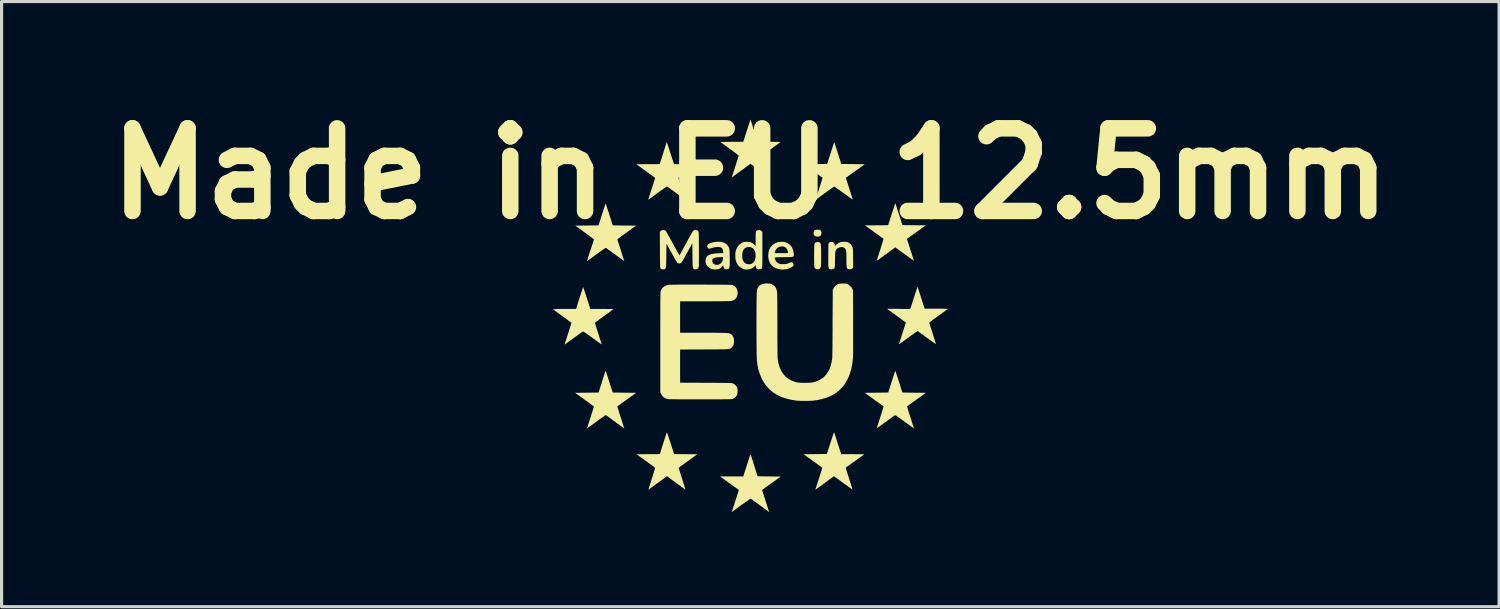
<source format=kicad_pcb>
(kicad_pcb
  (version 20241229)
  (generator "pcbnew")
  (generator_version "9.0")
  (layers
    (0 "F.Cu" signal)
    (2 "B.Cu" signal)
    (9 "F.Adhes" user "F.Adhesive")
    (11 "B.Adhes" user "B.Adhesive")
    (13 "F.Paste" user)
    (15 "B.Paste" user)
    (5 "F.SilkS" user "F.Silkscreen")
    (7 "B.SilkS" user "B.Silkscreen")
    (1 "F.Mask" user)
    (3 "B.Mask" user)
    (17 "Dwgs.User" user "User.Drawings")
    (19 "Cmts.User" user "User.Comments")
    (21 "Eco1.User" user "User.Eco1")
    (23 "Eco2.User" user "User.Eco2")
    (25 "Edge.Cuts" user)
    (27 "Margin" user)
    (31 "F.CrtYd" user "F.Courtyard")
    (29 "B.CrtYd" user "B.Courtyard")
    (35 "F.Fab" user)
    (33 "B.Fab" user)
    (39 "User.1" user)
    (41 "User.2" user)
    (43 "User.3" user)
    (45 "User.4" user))
  (footprint "Made in EU 12.5mm"
    (layer "F.Cu")
    (at 20.71 6.947)
    (property "Reference" "Made in EU 12.5mm" (at 0 -4.5 180) (layer "F.SilkS") (effects (font (size 2.617 2.617) (thickness 0.522))))
    (attr board_only exclude_from_pos_files exclude_from_bom)
    (fp_poly (pts (xy 2.17 -2.723) (xy 2.21 -2.71) (xy 2.237 -2.686) (xy 2.25 -2.649) (xy 2.253 -2.617) (xy 2.245 -2.571) (xy 2.222 -2.535) (xy 2.195 -2.514) (xy 2.163 -2.506) (xy 2.123 -2.504) (xy 2.083 -2.509) (xy 2.058 -2.517) (xy 2.03 -2.538) (xy 2.011 -2.571) (xy 2.003 -2.61) (xy 2.006 -2.649) (xy 2.021 -2.685) (xy 2.034 -2.699) (xy 2.053 -2.712) (xy 2.079 -2.72) (xy 2.115 -2.724)) (stroke (width 0) (type solid)) (fill yes) (layer "F.SilkS"))
    (fp_poly (pts (xy 2.176 -2.329) (xy 2.207 -2.308) (xy 2.228 -2.273) (xy 2.233 -2.251) (xy 2.235 -2.231) (xy 2.237 -2.195) (xy 2.239 -2.147) (xy 2.24 -2.088) (xy 2.241 -2.022) (xy 2.241 -1.951) (xy 2.242 -1.879) (xy 2.242 -1.807) (xy 2.241 -1.74) (xy 2.241 -1.68) (xy 2.24 -1.629) (xy 2.238 -1.591) (xy 2.236 -1.569) (xy 2.222 -1.522) (xy 2.205 -1.497) (xy 2.185 -1.48) (xy 2.164 -1.472) (xy 2.134 -1.47) (xy 2.133 -1.47) (xy 2.092 -1.474) (xy 2.063 -1.488) (xy 2.062 -1.489) (xy 2.043 -1.511) (xy 2.029 -1.54) (xy 2.029 -1.543) (xy 2.026 -1.561) (xy 2.024 -1.596) (xy 2.022 -1.644) (xy 2.021 -1.703) (xy 2.02 -1.769) (xy 2.019 -1.84) (xy 2.019 -1.914) (xy 2.019 -1.987) (xy 2.02 -2.057) (xy 2.021 -2.121) (xy 2.023 -2.177) (xy 2.024 -2.221) (xy 2.027 -2.251) (xy 2.029 -2.263) (xy 2.047 -2.301) (xy 2.078 -2.325) (xy 2.121 -2.335) (xy 2.131 -2.335)) (stroke (width 0) (type solid)) (fill yes) (layer "F.SilkS"))
    (fp_poly (pts (xy 4.594 -3.555) (xy 4.595 -3.554) (xy 4.599 -3.542) (xy 4.608 -3.515) (xy 4.621 -3.474) (xy 4.638 -3.421) (xy 4.658 -3.359) (xy 4.681 -3.289) (xy 4.705 -3.214) (xy 4.708 -3.205) (xy 4.816 -2.87) (xy 5.185 -2.866) (xy 5.555 -2.861) (xy 5.257 -2.647) (xy 5.192 -2.6) (xy 5.131 -2.556) (xy 5.077 -2.517) (xy 5.031 -2.484) (xy 4.996 -2.457) (xy 4.971 -2.439) (xy 4.96 -2.429) (xy 4.959 -2.429) (xy 4.962 -2.419) (xy 4.97 -2.394) (xy 4.982 -2.354) (xy 4.999 -2.303) (xy 5.018 -2.242) (xy 5.04 -2.173) (xy 5.065 -2.099) (xy 5.069 -2.084) (xy 5.094 -2.008) (xy 5.116 -1.938) (xy 5.136 -1.876) (xy 5.153 -1.823) (xy 5.165 -1.782) (xy 5.174 -1.754) (xy 5.177 -1.742) (xy 5.177 -1.741) (xy 5.169 -1.746) (xy 5.148 -1.76) (xy 5.115 -1.784) (xy 5.072 -1.814) (xy 5.021 -1.851) (xy 4.962 -1.894) (xy 4.899 -1.94) (xy 4.882 -1.952) (xy 4.59 -2.165) (xy 4.312 -1.961) (xy 4.235 -1.905) (xy 4.171 -1.859) (xy 4.121 -1.822) (xy 4.081 -1.793) (xy 4.051 -1.772) (xy 4.029 -1.758) (xy 4.015 -1.749) (xy 4.007 -1.745) (xy 4.003 -1.745) (xy 4.003 -1.749) (xy 4.004 -1.754) (xy 4.005 -1.755) (xy 4.034 -1.846) (xy 4.064 -1.937) (xy 4.092 -2.025) (xy 4.119 -2.109) (xy 4.143 -2.187) (xy 4.165 -2.258) (xy 4.184 -2.319) (xy 4.199 -2.37) (xy 4.209 -2.407) (xy 4.215 -2.43) (xy 4.216 -2.437) (xy 4.207 -2.444) (xy 4.184 -2.46) (xy 4.15 -2.484) (xy 4.106 -2.516) (xy 4.053 -2.554) (xy 3.994 -2.596) (xy 3.93 -2.642) (xy 3.917 -2.652) (xy 3.625 -2.861) (xy 3.994 -2.863) (xy 4.363 -2.866) (xy 4.443 -3.115) (xy 4.475 -3.216) (xy 4.503 -3.302) (xy 4.526 -3.372) (xy 4.544 -3.428) (xy 4.559 -3.473) (xy 4.571 -3.506) (xy 4.579 -3.53) (xy 4.585 -3.545) (xy 4.59 -3.554) (xy 4.592 -3.556)) (stroke (width 0) (type solid)) (fill yes) (layer "F.SilkS"))
    (fp_poly (pts (xy 0.012 4.404) (xy 0.021 4.431) (xy 0.034 4.472) (xy 0.051 4.525) (xy 0.071 4.587) (xy 0.093 4.657) (xy 0.117 4.732) (xy 0.121 4.745) (xy 0.23 5.085) (xy 0.596 5.089) (xy 0.962 5.094) (xy 0.688 5.29) (xy 0.624 5.336) (xy 0.564 5.379) (xy 0.511 5.418) (xy 0.465 5.451) (xy 0.429 5.478) (xy 0.404 5.496) (xy 0.393 5.504) (xy 0.372 5.522) (xy 0.479 5.857) (xy 0.504 5.932) (xy 0.526 6.003) (xy 0.547 6.066) (xy 0.564 6.12) (xy 0.578 6.162) (xy 0.587 6.191) (xy 0.591 6.204) (xy 0.591 6.205) (xy 0.592 6.213) (xy 0.584 6.208) (xy 0.571 6.199) (xy 0.546 6.18) (xy 0.51 6.154) (xy 0.466 6.122) (xy 0.415 6.085) (xy 0.36 6.045) (xy 0.303 6.004) (xy 0.246 5.962) (xy 0.191 5.922) (xy 0.14 5.885) (xy 0.095 5.852) (xy 0.057 5.825) (xy 0.03 5.806) (xy 0.015 5.795) (xy 0.013 5.793) (xy 0.004 5.798) (xy -0.019 5.811) (xy -0.052 5.833) (xy -0.094 5.862) (xy -0.144 5.896) (xy -0.199 5.935) (xy -0.257 5.976) (xy -0.317 6.018) (xy -0.376 6.061) (xy -0.432 6.102) (xy -0.485 6.14) (xy -0.53 6.174) (xy -0.568 6.203) (xy -0.576 6.209) (xy -0.586 6.215) (xy -0.585 6.206) (xy -0.585 6.206) (xy -0.58 6.193) (xy -0.572 6.166) (xy -0.559 6.126) (xy -0.542 6.075) (xy -0.523 6.017) (xy -0.503 5.954) (xy -0.482 5.887) (xy -0.46 5.821) (xy -0.44 5.756) (xy -0.421 5.697) (xy -0.404 5.644) (xy -0.39 5.602) (xy -0.38 5.571) (xy -0.376 5.557) (xy -0.364 5.518) (xy -0.662 5.304) (xy -0.961 5.089) (xy -0.593 5.089) (xy -0.224 5.089) (xy -0.158 4.882) (xy -0.135 4.812) (xy -0.111 4.736) (xy -0.087 4.661) (xy -0.065 4.592) (xy -0.046 4.534) (xy -0.044 4.527) (xy -0.028 4.479) (xy -0.014 4.439) (xy -0.003 4.41) (xy 0.005 4.394) (xy 0.008 4.392)) (stroke (width 0) (type solid)) (fill yes) (layer "F.SilkS"))
    (fp_poly (pts (xy -2.569 -5.266) (xy -2.546 -5.195) (xy -2.523 -5.123) (xy -2.5 -5.054) (xy -2.48 -4.992) (xy -2.464 -4.941) (xy -2.455 -4.915) (xy -2.418 -4.801) (xy -2.048 -4.799) (xy -1.679 -4.796) (xy -1.944 -4.606) (xy -2.008 -4.56) (xy -2.068 -4.517) (xy -2.122 -4.478) (xy -2.169 -4.444) (xy -2.207 -4.417) (xy -2.233 -4.398) (xy -2.243 -4.39) (xy -2.277 -4.364) (xy -2.167 -4.022) (xy -2.143 -3.946) (xy -2.12 -3.876) (xy -2.101 -3.813) (xy -2.084 -3.76) (xy -2.072 -3.719) (xy -2.063 -3.691) (xy -2.06 -3.678) (xy -2.06 -3.677) (xy -2.068 -3.682) (xy -2.089 -3.696) (xy -2.122 -3.719) (xy -2.165 -3.75) (xy -2.216 -3.787) (xy -2.274 -3.829) (xy -2.337 -3.875) (xy -2.345 -3.88) (xy -2.409 -3.927) (xy -2.468 -3.97) (xy -2.522 -4.008) (xy -2.567 -4.041) (xy -2.603 -4.066) (xy -2.627 -4.083) (xy -2.638 -4.09) (xy -2.638 -4.091) (xy -2.648 -4.086) (xy -2.671 -4.072) (xy -2.706 -4.049) (xy -2.751 -4.019) (xy -2.803 -3.982) (xy -2.862 -3.94) (xy -2.926 -3.894) (xy -2.938 -3.885) (xy -3.002 -3.838) (xy -3.062 -3.795) (xy -3.115 -3.757) (xy -3.16 -3.724) (xy -3.195 -3.699) (xy -3.219 -3.682) (xy -3.23 -3.675) (xy -3.23 -3.675) (xy -3.229 -3.684) (xy -3.222 -3.708) (xy -3.21 -3.746) (xy -3.195 -3.796) (xy -3.176 -3.856) (xy -3.154 -3.925) (xy -3.13 -4) (xy -3.125 -4.017) (xy -3.1 -4.093) (xy -3.078 -4.163) (xy -3.057 -4.226) (xy -3.041 -4.279) (xy -3.027 -4.321) (xy -3.018 -4.35) (xy -3.015 -4.363) (xy -3.014 -4.363) (xy -3.022 -4.37) (xy -3.043 -4.386) (xy -3.075 -4.41) (xy -3.118 -4.442) (xy -3.17 -4.479) (xy -3.229 -4.522) (xy -3.293 -4.568) (xy -3.313 -4.582) (xy -3.611 -4.796) (xy -3.241 -4.799) (xy -2.87 -4.801) (xy -2.782 -5.078) (xy -2.759 -5.15) (xy -2.737 -5.221) (xy -2.716 -5.286) (xy -2.698 -5.343) (xy -2.683 -5.39) (xy -2.672 -5.422) (xy -2.67 -5.429) (xy -2.645 -5.503)) (stroke (width 0) (type solid)) (fill yes) (layer "F.SilkS"))
    (fp_poly (pts (xy -2.639 3.699) (xy -2.63 3.722) (xy -2.617 3.759) (xy -2.6 3.808) (xy -2.58 3.868) (xy -2.558 3.936) (xy -2.534 4.01) (xy -2.526 4.033) (xy -2.415 4.382) (xy -2.046 4.384) (xy -1.678 4.387) (xy -1.974 4.599) (xy -2.039 4.647) (xy -2.1 4.69) (xy -2.153 4.73) (xy -2.199 4.763) (xy -2.234 4.79) (xy -2.259 4.809) (xy -2.27 4.818) (xy -2.27 4.819) (xy -2.267 4.829) (xy -2.26 4.855) (xy -2.247 4.894) (xy -2.231 4.945) (xy -2.212 5.006) (xy -2.19 5.075) (xy -2.166 5.15) (xy -2.163 5.159) (xy -2.139 5.234) (xy -2.117 5.304) (xy -2.097 5.366) (xy -2.081 5.419) (xy -2.069 5.46) (xy -2.061 5.487) (xy -2.058 5.499) (xy -2.058 5.5) (xy -2.066 5.497) (xy -2.086 5.486) (xy -2.114 5.467) (xy -2.14 5.448) (xy -2.169 5.427) (xy -2.21 5.396) (xy -2.261 5.36) (xy -2.317 5.318) (xy -2.376 5.275) (xy -2.43 5.236) (xy -2.64 5.082) (xy -2.895 5.268) (xy -2.957 5.313) (xy -3.016 5.356) (xy -3.071 5.396) (xy -3.117 5.43) (xy -3.155 5.457) (xy -3.18 5.475) (xy -3.19 5.482) (xy -3.213 5.498) (xy -3.224 5.503) (xy -3.227 5.5) (xy -3.224 5.488) (xy -3.219 5.474) (xy -3.21 5.445) (xy -3.197 5.402) (xy -3.179 5.348) (xy -3.159 5.285) (xy -3.137 5.215) (xy -3.115 5.147) (xy -3.091 5.073) (xy -3.07 5.005) (xy -3.052 4.944) (xy -3.036 4.893) (xy -3.025 4.853) (xy -3.019 4.827) (xy -3.017 4.817) (xy -3.025 4.809) (xy -3.047 4.792) (xy -3.081 4.766) (xy -3.125 4.733) (xy -3.177 4.695) (xy -3.236 4.652) (xy -3.3 4.605) (xy -3.313 4.596) (xy -3.604 4.387) (xy -3.235 4.384) (xy -2.866 4.382) (xy -2.848 4.324) (xy -2.83 4.265) (xy -2.81 4.2) (xy -2.788 4.131) (xy -2.765 4.06) (xy -2.742 3.989) (xy -2.72 3.921) (xy -2.699 3.857) (xy -2.681 3.801) (xy -2.665 3.754) (xy -2.653 3.719) (xy -2.646 3.697) (xy -2.643 3.692)) (stroke (width 0) (type solid)) (fill yes) (layer "F.SilkS"))
    (fp_poly (pts (xy 1.038 -2.34) (xy 1.115 -2.324) (xy 1.185 -2.294) (xy 1.247 -2.251) (xy 1.298 -2.195) (xy 1.325 -2.15) (xy 1.349 -2.091) (xy 1.367 -2.024) (xy 1.376 -1.959) (xy 1.377 -1.939) (xy 1.377 -1.917) (xy 1.375 -1.899) (xy 1.37 -1.885) (xy 1.361 -1.875) (xy 1.344 -1.867) (xy 1.318 -1.862) (xy 1.282 -1.858) (xy 1.233 -1.856) (xy 1.171 -1.855) (xy 1.092 -1.854) (xy 1.055 -1.853) (xy 0.973 -1.853) (xy 0.908 -1.852) (xy 0.859 -1.851) (xy 0.822 -1.849) (xy 0.797 -1.845) (xy 0.782 -1.84) (xy 0.775 -1.832) (xy 0.774 -1.821) (xy 0.778 -1.807) (xy 0.784 -1.789) (xy 0.787 -1.78) (xy 0.808 -1.732) (xy 0.836 -1.695) (xy 0.876 -1.666) (xy 0.887 -1.659) (xy 0.91 -1.648) (xy 0.93 -1.64) (xy 0.952 -1.636) (xy 0.982 -1.634) (xy 1.024 -1.633) (xy 1.037 -1.633) (xy 1.085 -1.634) (xy 1.12 -1.636) (xy 1.148 -1.641) (xy 1.175 -1.65) (xy 1.2 -1.66) (xy 1.248 -1.679) (xy 1.283 -1.689) (xy 1.309 -1.691) (xy 1.329 -1.683) (xy 1.344 -1.671) (xy 1.364 -1.642) (xy 1.368 -1.612) (xy 1.357 -1.582) (xy 1.332 -1.555) (xy 1.296 -1.529) (xy 1.251 -1.506) (xy 1.198 -1.488) (xy 1.139 -1.473) (xy 1.075 -1.465) (xy 1.01 -1.462) (xy 0.944 -1.467) (xy 0.897 -1.475) (xy 0.809 -1.502) (xy 0.734 -1.543) (xy 0.672 -1.596) (xy 0.624 -1.662) (xy 0.59 -1.739) (xy 0.571 -1.827) (xy 0.566 -1.903) (xy 0.572 -1.982) (xy 0.771 -1.982) (xy 0.981 -1.982) (xy 1.191 -1.982) (xy 1.191 -2.012) (xy 1.187 -2.038) (xy 1.177 -2.071) (xy 1.168 -2.09) (xy 1.136 -2.139) (xy 1.093 -2.173) (xy 1.04 -2.191) (xy 1.02 -2.194) (xy 0.954 -2.191) (xy 0.895 -2.172) (xy 0.845 -2.138) (xy 0.807 -2.09) (xy 0.781 -2.03) (xy 0.777 -2.012) (xy 0.771 -1.982) (xy 0.572 -1.982) (xy 0.574 -2) (xy 0.596 -2.085) (xy 0.633 -2.16) (xy 0.684 -2.223) (xy 0.75 -2.274) (xy 0.797 -2.3) (xy 0.877 -2.329) (xy 0.958 -2.342)) (stroke (width 0) (type solid)) (fill yes) (layer "F.SilkS"))
    (fp_poly (pts (xy 2.652 3.692) (xy 2.655 3.702) (xy 2.661 3.718) (xy 2.67 3.743) (xy 2.681 3.777) (xy 2.696 3.823) (xy 2.714 3.88) (xy 2.737 3.951) (xy 2.765 4.037) (xy 2.798 4.139) (xy 2.805 4.161) (xy 2.876 4.382) (xy 3.244 4.384) (xy 3.611 4.387) (xy 3.321 4.596) (xy 3.256 4.643) (xy 3.196 4.686) (xy 3.142 4.725) (xy 3.096 4.758) (xy 3.06 4.784) (xy 3.035 4.802) (xy 3.023 4.81) (xy 3.023 4.81) (xy 3.024 4.82) (xy 3.03 4.845) (xy 3.041 4.884) (xy 3.057 4.935) (xy 3.075 4.996) (xy 3.097 5.065) (xy 3.121 5.141) (xy 3.126 5.159) (xy 3.151 5.235) (xy 3.173 5.305) (xy 3.193 5.368) (xy 3.21 5.421) (xy 3.223 5.463) (xy 3.231 5.491) (xy 3.235 5.504) (xy 3.235 5.505) (xy 3.227 5.5) (xy 3.206 5.485) (xy 3.173 5.462) (xy 3.13 5.432) (xy 3.078 5.395) (xy 3.02 5.352) (xy 2.956 5.306) (xy 2.94 5.295) (xy 2.648 5.082) (xy 2.601 5.117) (xy 2.539 5.162) (xy 2.474 5.21) (xy 2.409 5.258) (xy 2.344 5.305) (xy 2.282 5.35) (xy 2.224 5.392) (xy 2.172 5.429) (xy 2.128 5.461) (xy 2.094 5.485) (xy 2.071 5.501) (xy 2.061 5.508) (xy 2.06 5.508) (xy 2.058 5.502) (xy 2.059 5.501) (xy 2.063 5.491) (xy 2.071 5.466) (xy 2.084 5.428) (xy 2.1 5.379) (xy 2.118 5.322) (xy 2.139 5.259) (xy 2.16 5.192) (xy 2.182 5.125) (xy 2.203 5.059) (xy 2.223 4.996) (xy 2.241 4.939) (xy 2.257 4.89) (xy 2.269 4.852) (xy 2.277 4.827) (xy 2.279 4.817) (xy 2.279 4.817) (xy 2.272 4.811) (xy 2.251 4.795) (xy 2.219 4.771) (xy 2.176 4.74) (xy 2.124 4.702) (xy 2.065 4.66) (xy 2.001 4.614) (xy 1.983 4.6) (xy 1.686 4.387) (xy 2.054 4.382) (xy 2.423 4.377) (xy 2.534 4.031) (xy 2.559 3.955) (xy 2.582 3.885) (xy 2.602 3.822) (xy 2.62 3.77) (xy 2.634 3.729) (xy 2.644 3.701) (xy 2.649 3.689) (xy 2.65 3.689)) (stroke (width 0) (type solid)) (fill yes) (layer "F.SilkS"))
    (fp_poly (pts (xy 0.01 -6.199) (xy 0.018 -6.173) (xy 0.031 -6.133) (xy 0.047 -6.081) (xy 0.067 -6.019) (xy 0.089 -5.95) (xy 0.114 -5.874) (xy 0.119 -5.857) (xy 0.229 -5.512) (xy 0.596 -5.508) (xy 0.963 -5.503) (xy 0.668 -5.291) (xy 0.602 -5.244) (xy 0.542 -5.2) (xy 0.489 -5.162) (xy 0.443 -5.128) (xy 0.408 -5.102) (xy 0.384 -5.084) (xy 0.373 -5.075) (xy 0.372 -5.075) (xy 0.375 -5.065) (xy 0.383 -5.041) (xy 0.394 -5.003) (xy 0.41 -4.955) (xy 0.428 -4.899) (xy 0.448 -4.836) (xy 0.469 -4.77) (xy 0.491 -4.703) (xy 0.512 -4.636) (xy 0.532 -4.574) (xy 0.551 -4.517) (xy 0.566 -4.468) (xy 0.579 -4.429) (xy 0.586 -4.407) (xy 0.589 -4.399) (xy 0.591 -4.393) (xy 0.592 -4.389) (xy 0.588 -4.389) (xy 0.581 -4.392) (xy 0.567 -4.401) (xy 0.545 -4.416) (xy 0.515 -4.437) (xy 0.474 -4.467) (xy 0.422 -4.505) (xy 0.357 -4.553) (xy 0.316 -4.582) (xy 0.254 -4.627) (xy 0.196 -4.67) (xy 0.144 -4.708) (xy 0.099 -4.741) (xy 0.063 -4.766) (xy 0.04 -4.783) (xy 0.031 -4.789) (xy 0.002 -4.81) (xy -0.248 -4.627) (xy -0.31 -4.582) (xy -0.369 -4.539) (xy -0.424 -4.499) (xy -0.471 -4.465) (xy -0.508 -4.437) (xy -0.534 -4.418) (xy -0.543 -4.412) (xy -0.568 -4.394) (xy -0.581 -4.387) (xy -0.584 -4.389) (xy -0.582 -4.4) (xy -0.581 -4.401) (xy -0.577 -4.415) (xy -0.568 -4.443) (xy -0.555 -4.484) (xy -0.539 -4.535) (xy -0.52 -4.594) (xy -0.499 -4.658) (xy -0.478 -4.725) (xy -0.456 -4.793) (xy -0.435 -4.858) (xy -0.416 -4.918) (xy -0.398 -4.972) (xy -0.384 -5.016) (xy -0.374 -5.048) (xy -0.368 -5.065) (xy -0.368 -5.067) (xy -0.374 -5.075) (xy -0.394 -5.092) (xy -0.426 -5.117) (xy -0.469 -5.15) (xy -0.52 -5.188) (xy -0.579 -5.231) (xy -0.642 -5.278) (xy -0.66 -5.29) (xy -0.956 -5.503) (xy -0.59 -5.506) (xy -0.224 -5.508) (xy -0.158 -5.715) (xy -0.135 -5.786) (xy -0.111 -5.861) (xy -0.087 -5.936) (xy -0.065 -6.005) (xy -0.046 -6.063) (xy -0.044 -6.07) (xy -0.028 -6.118) (xy -0.014 -6.159) (xy -0.003 -6.189) (xy 0.004 -6.207) (xy 0.006 -6.21)) (stroke (width 0) (type solid)) (fill yes) (layer "F.SilkS"))
    (fp_poly (pts (xy 4.592 1.752) (xy 4.601 1.775) (xy 4.614 1.813) (xy 4.631 1.862) (xy 4.651 1.922) (xy 4.673 1.991) (xy 4.697 2.065) (xy 4.704 2.087) (xy 4.815 2.433) (xy 5.187 2.438) (xy 5.558 2.442) (xy 5.266 2.652) (xy 5.201 2.698) (xy 5.141 2.742) (xy 5.086 2.781) (xy 5.04 2.814) (xy 5.004 2.84) (xy 4.979 2.858) (xy 4.966 2.866) (xy 4.966 2.867) (xy 4.966 2.877) (xy 4.972 2.903) (xy 4.984 2.944) (xy 4.999 2.998) (xy 5.019 3.063) (xy 5.043 3.138) (xy 5.069 3.22) (xy 5.094 3.297) (xy 5.116 3.367) (xy 5.136 3.431) (xy 5.153 3.484) (xy 5.167 3.526) (xy 5.175 3.555) (xy 5.179 3.568) (xy 5.179 3.569) (xy 5.172 3.564) (xy 5.151 3.549) (xy 5.118 3.525) (xy 5.075 3.494) (xy 5.024 3.457) (xy 4.965 3.415) (xy 4.902 3.368) (xy 4.885 3.356) (xy 4.811 3.302) (xy 4.75 3.258) (xy 4.701 3.223) (xy 4.663 3.196) (xy 4.634 3.176) (xy 4.612 3.163) (xy 4.597 3.155) (xy 4.586 3.152) (xy 4.579 3.152) (xy 4.574 3.154) (xy 4.562 3.162) (xy 4.537 3.18) (xy 4.5 3.206) (xy 4.455 3.24) (xy 4.401 3.278) (xy 4.342 3.322) (xy 4.281 3.366) (xy 4.219 3.411) (xy 4.161 3.453) (xy 4.11 3.49) (xy 4.068 3.52) (xy 4.035 3.543) (xy 4.013 3.557) (xy 4.005 3.562) (xy 4.007 3.552) (xy 4.014 3.527) (xy 4.026 3.488) (xy 4.042 3.438) (xy 4.061 3.377) (xy 4.083 3.308) (xy 4.107 3.234) (xy 4.112 3.219) (xy 4.136 3.143) (xy 4.159 3.073) (xy 4.178 3.01) (xy 4.195 2.957) (xy 4.207 2.916) (xy 4.216 2.887) (xy 4.219 2.874) (xy 4.219 2.874) (xy 4.21 2.867) (xy 4.189 2.851) (xy 4.159 2.828) (xy 4.122 2.801) (xy 4.106 2.789) (xy 4.065 2.76) (xy 4.013 2.723) (xy 3.955 2.681) (xy 3.893 2.636) (xy 3.832 2.592) (xy 3.81 2.576) (xy 3.624 2.442) (xy 3.995 2.438) (xy 4.366 2.433) (xy 4.475 2.09) (xy 4.5 2.014) (xy 4.522 1.944) (xy 4.543 1.881) (xy 4.56 1.828) (xy 4.574 1.786) (xy 4.584 1.758) (xy 4.588 1.745) (xy 4.589 1.744)) (stroke (width 0) (type solid)) (fill yes) (layer "F.SilkS"))
    (fp_poly (pts (xy -4.579 1.749) (xy -4.575 1.761) (xy -4.566 1.788) (xy -4.552 1.829) (xy -4.535 1.882) (xy -4.515 1.944) (xy -4.493 2.014) (xy -4.469 2.089) (xy -4.466 2.098) (xy -4.358 2.433) (xy -3.987 2.438) (xy -3.615 2.442) (xy -3.913 2.655) (xy -3.978 2.702) (xy -4.039 2.746) (xy -4.093 2.785) (xy -4.139 2.818) (xy -4.175 2.844) (xy -4.2 2.862) (xy -4.212 2.87) (xy -4.213 2.871) (xy -4.211 2.88) (xy -4.203 2.905) (xy -4.192 2.943) (xy -4.176 2.994) (xy -4.157 3.055) (xy -4.135 3.124) (xy -4.111 3.199) (xy -4.104 3.22) (xy -4.079 3.296) (xy -4.057 3.367) (xy -4.037 3.43) (xy -4.02 3.484) (xy -4.007 3.526) (xy -3.998 3.554) (xy -3.994 3.568) (xy -3.994 3.569) (xy -4.002 3.564) (xy -4.023 3.549) (xy -4.055 3.525) (xy -4.098 3.494) (xy -4.149 3.457) (xy -4.207 3.415) (xy -4.27 3.368) (xy -4.28 3.361) (xy -4.344 3.314) (xy -4.403 3.271) (xy -4.457 3.232) (xy -4.502 3.199) (xy -4.538 3.173) (xy -4.563 3.156) (xy -4.574 3.148) (xy -4.575 3.148) (xy -4.585 3.152) (xy -4.608 3.166) (xy -4.642 3.189) (xy -4.687 3.22) (xy -4.74 3.257) (xy -4.799 3.299) (xy -4.863 3.345) (xy -4.88 3.357) (xy -4.944 3.405) (xy -5.004 3.448) (xy -5.057 3.487) (xy -5.102 3.519) (xy -5.138 3.544) (xy -5.161 3.561) (xy -5.172 3.569) (xy -5.173 3.569) (xy -5.17 3.56) (xy -5.162 3.535) (xy -5.15 3.496) (xy -5.134 3.445) (xy -5.114 3.384) (xy -5.092 3.316) (xy -5.068 3.241) (xy -5.062 3.223) (xy -5.038 3.147) (xy -5.015 3.076) (xy -4.996 3.013) (xy -4.979 2.959) (xy -4.967 2.917) (xy -4.958 2.888) (xy -4.955 2.874) (xy -4.955 2.873) (xy -4.964 2.866) (xy -4.985 2.85) (xy -5.019 2.825) (xy -5.063 2.793) (xy -5.115 2.755) (xy -5.174 2.712) (xy -5.238 2.666) (xy -5.255 2.654) (xy -5.55 2.442) (xy -5.178 2.438) (xy -4.806 2.433) (xy -4.734 2.205) (xy -4.711 2.135) (xy -4.688 2.062) (xy -4.666 1.993) (xy -4.646 1.93) (xy -4.629 1.878) (xy -4.622 1.856) (xy -4.608 1.813) (xy -4.595 1.779) (xy -4.586 1.757) (xy -4.58 1.748)) (stroke (width 0) (type solid)) (fill yes) (layer "F.SilkS"))
    (fp_poly (pts (xy 2.664 -5.477) (xy 2.673 -5.45) (xy 2.686 -5.409) (xy 2.703 -5.356) (xy 2.723 -5.294) (xy 2.746 -5.224) (xy 2.77 -5.149) (xy 2.773 -5.14) (xy 2.88 -4.805) (xy 3.251 -4.801) (xy 3.622 -4.796) (xy 3.325 -4.583) (xy 3.26 -4.536) (xy 3.199 -4.492) (xy 3.145 -4.454) (xy 3.099 -4.421) (xy 3.063 -4.395) (xy 3.038 -4.377) (xy 3.026 -4.368) (xy 3.026 -4.368) (xy 3.028 -4.359) (xy 3.035 -4.334) (xy 3.047 -4.296) (xy 3.063 -4.245) (xy 3.082 -4.184) (xy 3.104 -4.116) (xy 3.128 -4.041) (xy 3.134 -4.023) (xy 3.158 -3.947) (xy 3.181 -3.876) (xy 3.201 -3.813) (xy 3.217 -3.76) (xy 3.23 -3.718) (xy 3.238 -3.69) (xy 3.242 -3.677) (xy 3.242 -3.676) (xy 3.234 -3.681) (xy 3.213 -3.695) (xy 3.18 -3.718) (xy 3.137 -3.749) (xy 3.086 -3.786) (xy 3.028 -3.828) (xy 2.964 -3.874) (xy 2.955 -3.881) (xy 2.891 -3.928) (xy 2.831 -3.971) (xy 2.777 -4.009) (xy 2.731 -4.041) (xy 2.695 -4.066) (xy 2.669 -4.082) (xy 2.657 -4.089) (xy 2.657 -4.089) (xy 2.646 -4.084) (xy 2.623 -4.069) (xy 2.588 -4.045) (xy 2.543 -4.014) (xy 2.49 -3.976) (xy 2.431 -3.934) (xy 2.367 -3.887) (xy 2.359 -3.882) (xy 2.296 -3.836) (xy 2.237 -3.793) (xy 2.184 -3.755) (xy 2.139 -3.723) (xy 2.105 -3.698) (xy 2.082 -3.682) (xy 2.071 -3.675) (xy 2.071 -3.675) (xy 2.07 -3.683) (xy 2.075 -3.701) (xy 2.088 -3.739) (xy 2.104 -3.788) (xy 2.122 -3.845) (xy 2.142 -3.909) (xy 2.164 -3.976) (xy 2.186 -4.044) (xy 2.207 -4.112) (xy 2.227 -4.176) (xy 2.246 -4.234) (xy 2.262 -4.285) (xy 2.274 -4.326) (xy 2.283 -4.354) (xy 2.287 -4.367) (xy 2.287 -4.368) (xy 2.279 -4.374) (xy 2.257 -4.389) (xy 2.224 -4.413) (xy 2.181 -4.444) (xy 2.129 -4.481) (xy 2.07 -4.524) (xy 2.006 -4.57) (xy 1.988 -4.583) (xy 1.691 -4.796) (xy 2.062 -4.801) (xy 2.432 -4.805) (xy 2.498 -5.01) (xy 2.52 -5.08) (xy 2.544 -5.155) (xy 2.568 -5.229) (xy 2.589 -5.296) (xy 2.607 -5.353) (xy 2.609 -5.359) (xy 2.625 -5.406) (xy 2.638 -5.445) (xy 2.65 -5.473) (xy 2.657 -5.488) (xy 2.66 -5.489)) (stroke (width 0) (type solid)) (fill yes) (layer "F.SilkS"))
    (fp_poly (pts (xy -4.577 -3.542) (xy -4.568 -3.516) (xy -4.555 -3.477) (xy -4.539 -3.426) (xy -4.519 -3.365) (xy -4.496 -3.296) (xy -4.472 -3.221) (xy -4.467 -3.204) (xy -4.357 -2.861) (xy -3.988 -2.856) (xy -3.62 -2.852) (xy -3.917 -2.638) (xy -3.993 -2.583) (xy -4.055 -2.539) (xy -4.105 -2.502) (xy -4.143 -2.473) (xy -4.171 -2.451) (xy -4.19 -2.435) (xy -4.202 -2.422) (xy -4.208 -2.413) (xy -4.209 -2.407) (xy -4.209 -2.406) (xy -4.204 -2.391) (xy -4.195 -2.362) (xy -4.182 -2.32) (xy -4.165 -2.268) (xy -4.146 -2.209) (xy -4.126 -2.145) (xy -4.104 -2.078) (xy -4.083 -2.012) (xy -4.062 -1.947) (xy -4.043 -1.887) (xy -4.026 -1.834) (xy -4.012 -1.791) (xy -4.002 -1.76) (xy -3.996 -1.744) (xy -3.996 -1.742) (xy -3.997 -1.734) (xy -4.003 -1.736) (xy -4.012 -1.743) (xy -4.034 -1.759) (xy -4.068 -1.782) (xy -4.11 -1.813) (xy -4.159 -1.848) (xy -4.212 -1.887) (xy -4.269 -1.928) (xy -4.326 -1.969) (xy -4.382 -2.01) (xy -4.434 -2.048) (xy -4.481 -2.082) (xy -4.521 -2.111) (xy -4.551 -2.133) (xy -4.569 -2.147) (xy -4.573 -2.15) (xy -4.582 -2.146) (xy -4.605 -2.132) (xy -4.64 -2.11) (xy -4.685 -2.079) (xy -4.739 -2.041) (xy -4.8 -1.998) (xy -4.867 -1.949) (xy -4.875 -1.944) (xy -4.939 -1.897) (xy -4.999 -1.853) (xy -5.053 -1.814) (xy -5.099 -1.781) (xy -5.134 -1.756) (xy -5.159 -1.739) (xy -5.17 -1.731) (xy -5.171 -1.731) (xy -5.172 -1.738) (xy -5.169 -1.745) (xy -5.165 -1.757) (xy -5.156 -1.784) (xy -5.143 -1.825) (xy -5.126 -1.878) (xy -5.106 -1.94) (xy -5.084 -2.009) (xy -5.06 -2.082) (xy -5.036 -2.156) (xy -5.014 -2.225) (xy -4.994 -2.286) (xy -4.978 -2.338) (xy -4.965 -2.378) (xy -4.956 -2.404) (xy -4.953 -2.414) (xy -4.959 -2.422) (xy -4.979 -2.439) (xy -5.012 -2.464) (xy -5.054 -2.496) (xy -5.105 -2.534) (xy -5.164 -2.577) (xy -5.228 -2.624) (xy -5.247 -2.638) (xy -5.545 -2.852) (xy -5.177 -2.856) (xy -4.808 -2.861) (xy -4.763 -3) (xy -4.746 -3.053) (xy -4.726 -3.118) (xy -4.703 -3.19) (xy -4.679 -3.264) (xy -4.656 -3.335) (xy -4.652 -3.348) (xy -4.633 -3.406) (xy -4.616 -3.458) (xy -4.601 -3.5) (xy -4.59 -3.531) (xy -4.583 -3.549) (xy -4.581 -3.551)) (stroke (width 0) (type solid)) (fill yes) (layer "F.SilkS"))
    (fp_poly (pts (xy 3.008 -2.339) (xy 3.041 -2.337) (xy 3.066 -2.332) (xy 3.09 -2.323) (xy 3.11 -2.314) (xy 3.156 -2.285) (xy 3.191 -2.249) (xy 3.22 -2.201) (xy 3.231 -2.175) (xy 3.237 -2.161) (xy 3.241 -2.146) (xy 3.245 -2.128) (xy 3.248 -2.106) (xy 3.25 -2.076) (xy 3.251 -2.037) (xy 3.252 -1.987) (xy 3.253 -1.923) (xy 3.254 -1.843) (xy 3.254 -1.826) (xy 3.257 -1.526) (xy 3.23 -1.498) (xy 3.196 -1.476) (xy 3.155 -1.467) (xy 3.112 -1.472) (xy 3.083 -1.485) (xy 3.071 -1.495) (xy 3.062 -1.507) (xy 3.055 -1.525) (xy 3.05 -1.55) (xy 3.046 -1.584) (xy 3.044 -1.63) (xy 3.043 -1.69) (xy 3.042 -1.766) (xy 3.042 -1.795) (xy 3.042 -1.873) (xy 3.041 -1.941) (xy 3.039 -1.997) (xy 3.036 -2.039) (xy 3.033 -2.065) (xy 3.032 -2.07) (xy 3.011 -2.114) (xy 2.977 -2.148) (xy 2.935 -2.169) (xy 2.919 -2.173) (xy 2.866 -2.173) (xy 2.813 -2.16) (xy 2.765 -2.135) (xy 2.745 -2.119) (xy 2.728 -2.102) (xy 2.715 -2.086) (xy 2.705 -2.068) (xy 2.697 -2.045) (xy 2.691 -2.017) (xy 2.687 -1.98) (xy 2.684 -1.932) (xy 2.682 -1.871) (xy 2.68 -1.794) (xy 2.68 -1.77) (xy 2.678 -1.695) (xy 2.677 -1.636) (xy 2.675 -1.591) (xy 2.673 -1.558) (xy 2.671 -1.535) (xy 2.668 -1.519) (xy 2.664 -1.509) (xy 2.659 -1.501) (xy 2.655 -1.497) (xy 2.624 -1.478) (xy 2.584 -1.468) (xy 2.542 -1.471) (xy 2.524 -1.475) (xy 2.509 -1.48) (xy 2.497 -1.488) (xy 2.487 -1.5) (xy 2.48 -1.519) (xy 2.474 -1.545) (xy 2.47 -1.58) (xy 2.468 -1.626) (xy 2.467 -1.685) (xy 2.467 -1.757) (xy 2.467 -1.846) (xy 2.468 -1.918) (xy 2.468 -2.011) (xy 2.469 -2.087) (xy 2.47 -2.148) (xy 2.471 -2.196) (xy 2.472 -2.232) (xy 2.474 -2.259) (xy 2.476 -2.278) (xy 2.479 -2.29) (xy 2.482 -2.299) (xy 2.487 -2.305) (xy 2.488 -2.306) (xy 2.518 -2.327) (xy 2.558 -2.338) (xy 2.593 -2.338) (xy 2.631 -2.324) (xy 2.658 -2.295) (xy 2.673 -2.253) (xy 2.674 -2.249) (xy 2.68 -2.206) (xy 2.717 -2.246) (xy 2.751 -2.276) (xy 2.793 -2.303) (xy 2.812 -2.313) (xy 2.842 -2.326) (xy 2.868 -2.334) (xy 2.897 -2.338) (xy 2.934 -2.34) (xy 2.963 -2.34)) (stroke (width 0) (type solid)) (fill yes) (layer "F.SilkS"))
    (fp_poly (pts (xy 0.309 -2.709) (xy 0.343 -2.692) (xy 0.356 -2.68) (xy 0.381 -2.651) (xy 0.381 -2.097) (xy 0.381 -1.978) (xy 0.381 -1.875) (xy 0.381 -1.789) (xy 0.38 -1.717) (xy 0.379 -1.657) (xy 0.378 -1.61) (xy 0.375 -1.572) (xy 0.372 -1.544) (xy 0.369 -1.523) (xy 0.364 -1.507) (xy 0.358 -1.497) (xy 0.351 -1.489) (xy 0.343 -1.483) (xy 0.334 -1.479) (xy 0.307 -1.471) (xy 0.271 -1.469) (xy 0.236 -1.472) (xy 0.214 -1.479) (xy 0.194 -1.498) (xy 0.178 -1.529) (xy 0.169 -1.563) (xy 0.167 -1.579) (xy 0.167 -1.604) (xy 0.138 -1.569) (xy 0.089 -1.523) (xy 0.028 -1.489) (xy -0.041 -1.468) (xy -0.115 -1.461) (xy -0.189 -1.469) (xy -0.205 -1.473) (xy -0.276 -1.502) (xy -0.339 -1.546) (xy -0.392 -1.604) (xy -0.434 -1.675) (xy -0.463 -1.757) (xy -0.465 -1.763) (xy -0.471 -1.803) (xy -0.475 -1.854) (xy -0.475 -1.903) (xy -0.256 -1.903) (xy -0.255 -1.854) (xy -0.253 -1.819) (xy -0.248 -1.792) (xy -0.24 -1.768) (xy -0.234 -1.754) (xy -0.202 -1.699) (xy -0.161 -1.66) (xy -0.112 -1.637) (xy -0.052 -1.629) (xy -0.047 -1.629) (xy -0.003 -1.633) (xy 0.036 -1.643) (xy 0.042 -1.646) (xy 0.09 -1.678) (xy 0.127 -1.725) (xy 0.152 -1.785) (xy 0.165 -1.86) (xy 0.166 -1.875) (xy 0.164 -1.96) (xy 0.15 -2.031) (xy 0.123 -2.088) (xy 0.083 -2.132) (xy 0.047 -2.156) (xy -0.005 -2.173) (xy -0.06 -2.176) (xy -0.114 -2.167) (xy -0.163 -2.145) (xy -0.193 -2.12) (xy -0.221 -2.082) (xy -0.24 -2.039) (xy -0.251 -1.985) (xy -0.256 -1.919) (xy -0.256 -1.903) (xy -0.475 -1.903) (xy -0.476 -1.911) (xy -0.474 -1.968) (xy -0.469 -2.016) (xy -0.465 -2.042) (xy -0.436 -2.126) (xy -0.394 -2.199) (xy -0.342 -2.258) (xy -0.278 -2.303) (xy -0.258 -2.313) (xy -0.228 -2.326) (xy -0.202 -2.334) (xy -0.174 -2.338) (xy -0.137 -2.339) (xy -0.107 -2.34) (xy -0.062 -2.339) (xy -0.03 -2.337) (xy -0.005 -2.332) (xy 0.019 -2.323) (xy 0.04 -2.312) (xy 0.077 -2.29) (xy 0.112 -2.262) (xy 0.131 -2.244) (xy 0.167 -2.202) (xy 0.167 -2.422) (xy 0.168 -2.506) (xy 0.169 -2.573) (xy 0.172 -2.622) (xy 0.175 -2.654) (xy 0.178 -2.665) (xy 0.2 -2.692) (xy 0.232 -2.709) (xy 0.27 -2.714)) (stroke (width 0) (type solid)) (fill yes) (layer "F.SilkS"))
    (fp_poly (pts (xy -0.982 -2.342) (xy -0.895 -2.33) (xy -0.821 -2.306) (xy -0.762 -2.27) (xy -0.715 -2.221) (xy -0.681 -2.159) (xy -0.679 -2.154) (xy -0.672 -2.136) (xy -0.667 -2.117) (xy -0.663 -2.097) (xy -0.66 -2.071) (xy -0.658 -2.038) (xy -0.656 -1.994) (xy -0.655 -1.937) (xy -0.653 -1.865) (xy -0.653 -1.858) (xy -0.652 -1.765) (xy -0.652 -1.688) (xy -0.653 -1.627) (xy -0.656 -1.579) (xy -0.661 -1.542) (xy -0.668 -1.515) (xy -0.679 -1.497) (xy -0.692 -1.484) (xy -0.708 -1.476) (xy -0.726 -1.471) (xy -0.772 -1.468) (xy -0.809 -1.482) (xy -0.837 -1.51) (xy -0.853 -1.553) (xy -0.855 -1.567) (xy -0.861 -1.605) (xy -0.881 -1.57) (xy -0.917 -1.527) (xy -0.967 -1.494) (xy -1.027 -1.473) (xy -1.096 -1.464) (xy -1.17 -1.468) (xy -1.183 -1.47) (xy -1.24 -1.486) (xy -1.291 -1.513) (xy -1.342 -1.555) (xy -1.346 -1.558) (xy -1.376 -1.591) (xy -1.395 -1.621) (xy -1.409 -1.656) (xy -1.41 -1.66) (xy -1.42 -1.726) (xy -1.419 -1.74) (xy -1.207 -1.74) (xy -1.203 -1.703) (xy -1.198 -1.688) (xy -1.167 -1.647) (xy -1.126 -1.621) (xy -1.076 -1.611) (xy -1.018 -1.615) (xy -1.002 -1.619) (xy -0.953 -1.642) (xy -0.913 -1.679) (xy -0.883 -1.728) (xy -0.866 -1.784) (xy -0.864 -1.805) (xy -0.861 -1.856) (xy -0.968 -1.853) (xy -1.046 -1.849) (xy -1.109 -1.839) (xy -1.155 -1.825) (xy -1.184 -1.807) (xy -1.185 -1.806) (xy -1.201 -1.777) (xy -1.207 -1.74) (xy -1.419 -1.74) (xy -1.414 -1.79) (xy -1.396 -1.841) (xy -1.378 -1.871) (xy -1.356 -1.894) (xy -1.325 -1.914) (xy -1.293 -1.93) (xy -1.255 -1.945) (xy -1.212 -1.956) (xy -1.161 -1.965) (xy -1.098 -1.972) (xy -1.022 -1.977) (xy -0.988 -1.979) (xy -0.855 -1.985) (xy -0.861 -2.037) (xy -0.871 -2.088) (xy -0.888 -2.126) (xy -0.914 -2.153) (xy -0.924 -2.159) (xy -0.954 -2.17) (xy -0.997 -2.176) (xy -1.048 -2.176) (xy -1.104 -2.171) (xy -1.159 -2.162) (xy -1.208 -2.148) (xy -1.213 -2.146) (xy -1.26 -2.129) (xy -1.295 -2.122) (xy -1.32 -2.125) (xy -1.34 -2.137) (xy -1.349 -2.147) (xy -1.364 -2.18) (xy -1.364 -2.216) (xy -1.35 -2.25) (xy -1.334 -2.267) (xy -1.3 -2.287) (xy -1.251 -2.306) (xy -1.192 -2.321) (xy -1.127 -2.333) (xy -1.062 -2.341) (xy -1 -2.342)) (stroke (width 0) (type solid)) (fill yes) (layer "F.SilkS"))
    (fp_poly (pts (xy -5.291 -0.897) (xy -5.282 -0.874) (xy -5.269 -0.837) (xy -5.252 -0.787) (xy -5.232 -0.728) (xy -5.21 -0.66) (xy -5.185 -0.585) (xy -5.178 -0.562) (xy -5.067 -0.214) (xy -4.701 -0.214) (xy -4.602 -0.214) (xy -4.518 -0.213) (xy -4.449 -0.212) (xy -4.397 -0.211) (xy -4.361 -0.209) (xy -4.342 -0.207) (xy -4.34 -0.205) (xy -4.349 -0.198) (xy -4.371 -0.181) (xy -4.404 -0.156) (xy -4.448 -0.123) (xy -4.501 -0.085) (xy -4.56 -0.043) (xy -4.624 0.004) (xy -4.634 0.011) (xy -4.698 0.057) (xy -4.757 0.1) (xy -4.81 0.139) (xy -4.855 0.172) (xy -4.889 0.199) (xy -4.912 0.217) (xy -4.921 0.226) (xy -4.922 0.226) (xy -4.919 0.237) (xy -4.911 0.263) (xy -4.899 0.303) (xy -4.883 0.355) (xy -4.863 0.416) (xy -4.841 0.485) (xy -4.817 0.56) (xy -4.814 0.569) (xy -4.79 0.645) (xy -4.768 0.714) (xy -4.749 0.776) (xy -4.732 0.828) (xy -4.72 0.869) (xy -4.712 0.896) (xy -4.71 0.907) (xy -4.71 0.908) (xy -4.718 0.903) (xy -4.739 0.889) (xy -4.772 0.866) (xy -4.816 0.835) (xy -4.867 0.798) (xy -4.925 0.756) (xy -4.989 0.71) (xy -5 0.702) (xy -5.072 0.65) (xy -5.136 0.604) (xy -5.191 0.565) (xy -5.237 0.535) (xy -5.271 0.512) (xy -5.293 0.5) (xy -5.3 0.497) (xy -5.311 0.504) (xy -5.334 0.52) (xy -5.369 0.545) (xy -5.414 0.576) (xy -5.466 0.614) (xy -5.525 0.657) (xy -5.585 0.701) (xy -5.659 0.755) (xy -5.72 0.799) (xy -5.768 0.834) (xy -5.806 0.861) (xy -5.834 0.881) (xy -5.854 0.895) (xy -5.867 0.904) (xy -5.875 0.908) (xy -5.879 0.91) (xy -5.88 0.909) (xy -5.88 0.907) (xy -5.877 0.897) (xy -5.869 0.872) (xy -5.857 0.832) (xy -5.841 0.781) (xy -5.821 0.72) (xy -5.799 0.652) (xy -5.775 0.577) (xy -5.773 0.57) (xy -5.749 0.495) (xy -5.727 0.426) (xy -5.707 0.363) (xy -5.69 0.31) (xy -5.678 0.269) (xy -5.669 0.241) (xy -5.666 0.228) (xy -5.666 0.228) (xy -5.673 0.22) (xy -5.694 0.203) (xy -5.727 0.177) (xy -5.77 0.145) (xy -5.821 0.106) (xy -5.88 0.064) (xy -5.944 0.017) (xy -5.955 0.009) (xy -6.019 -0.037) (xy -6.079 -0.08) (xy -6.133 -0.119) (xy -6.178 -0.152) (xy -6.213 -0.179) (xy -6.237 -0.197) (xy -6.248 -0.205) (xy -6.248 -0.206) (xy -6.24 -0.208) (xy -6.216 -0.209) (xy -6.176 -0.211) (xy -6.124 -0.212) (xy -6.06 -0.213) (xy -5.988 -0.214) (xy -5.907 -0.214) (xy -5.886 -0.214) (xy -5.518 -0.214) (xy -5.5 -0.272) (xy -5.48 -0.335) (xy -5.459 -0.404) (xy -5.436 -0.476) (xy -5.413 -0.549) (xy -5.39 -0.62) (xy -5.368 -0.688) (xy -5.347 -0.751) (xy -5.329 -0.806) (xy -5.314 -0.85) (xy -5.303 -0.883) (xy -5.297 -0.901) (xy -5.295 -0.904)) (stroke (width 0) (type solid)) (fill yes) (layer "F.SilkS"))
    (fp_poly (pts (xy -1.694 -2.708) (xy -1.665 -2.693) (xy -1.645 -2.665) (xy -1.638 -2.643) (xy -1.636 -2.628) (xy -1.634 -2.597) (xy -1.633 -2.551) (xy -1.632 -2.492) (xy -1.631 -2.424) (xy -1.63 -2.347) (xy -1.629 -2.264) (xy -1.629 -2.177) (xy -1.628 -2.089) (xy -1.628 -2) (xy -1.628 -1.914) (xy -1.628 -1.832) (xy -1.629 -1.757) (xy -1.63 -1.69) (xy -1.63 -1.634) (xy -1.632 -1.591) (xy -1.633 -1.562) (xy -1.634 -1.553) (xy -1.649 -1.511) (xy -1.676 -1.483) (xy -1.713 -1.468) (xy -1.757 -1.47) (xy -1.765 -1.472) (xy -1.78 -1.476) (xy -1.792 -1.481) (xy -1.802 -1.488) (xy -1.81 -1.5) (xy -1.816 -1.518) (xy -1.821 -1.543) (xy -1.825 -1.577) (xy -1.827 -1.622) (xy -1.829 -1.679) (xy -1.831 -1.751) (xy -1.832 -1.838) (xy -1.833 -1.913) (xy -1.837 -2.296) (xy -1.972 -2.049) (xy -2.021 -1.96) (xy -2.061 -1.886) (xy -2.095 -1.826) (xy -2.122 -1.778) (xy -2.144 -1.74) (xy -2.161 -1.712) (xy -2.175 -1.691) (xy -2.186 -1.677) (xy -2.195 -1.668) (xy -2.203 -1.663) (xy -2.212 -1.659) (xy -2.218 -1.658) (xy -2.262 -1.653) (xy -2.298 -1.664) (xy -2.315 -1.678) (xy -2.324 -1.691) (xy -2.34 -1.718) (xy -2.363 -1.757) (xy -2.392 -1.806) (xy -2.425 -1.864) (xy -2.461 -1.929) (xy -2.495 -1.991) (xy -2.656 -2.284) (xy -2.661 -1.907) (xy -2.662 -1.807) (xy -2.663 -1.725) (xy -2.665 -1.658) (xy -2.667 -1.604) (xy -2.67 -1.562) (xy -2.675 -1.531) (xy -2.681 -1.508) (xy -2.69 -1.492) (xy -2.701 -1.482) (xy -2.714 -1.475) (xy -2.731 -1.47) (xy -2.752 -1.466) (xy -2.754 -1.466) (xy -2.772 -1.466) (xy -2.797 -1.471) (xy -2.823 -1.483) (xy -2.843 -1.499) (xy -2.847 -1.503) (xy -2.85 -1.51) (xy -2.853 -1.519) (xy -2.855 -1.533) (xy -2.857 -1.553) (xy -2.858 -1.579) (xy -2.859 -1.615) (xy -2.86 -1.661) (xy -2.861 -1.718) (xy -2.862 -1.789) (xy -2.862 -1.873) (xy -2.863 -1.974) (xy -2.863 -2.085) (xy -2.866 -2.651) (xy -2.839 -2.681) (xy -2.821 -2.699) (xy -2.803 -2.709) (xy -2.779 -2.712) (xy -2.76 -2.712) (xy -2.727 -2.711) (xy -2.706 -2.705) (xy -2.688 -2.692) (xy -2.681 -2.684) (xy -2.671 -2.67) (xy -2.653 -2.642) (xy -2.629 -2.601) (xy -2.599 -2.548) (xy -2.564 -2.487) (xy -2.526 -2.418) (xy -2.485 -2.343) (xy -2.451 -2.281) (xy -2.41 -2.205) (xy -2.371 -2.134) (xy -2.336 -2.07) (xy -2.305 -2.015) (xy -2.279 -1.97) (xy -2.26 -1.937) (xy -2.248 -1.917) (xy -2.243 -1.912) (xy -2.238 -1.921) (xy -2.224 -1.945) (xy -2.204 -1.982) (xy -2.178 -2.03) (xy -2.146 -2.088) (xy -2.11 -2.154) (xy -2.071 -2.226) (xy -2.041 -2.283) (xy -1.999 -2.36) (xy -1.959 -2.432) (xy -1.921 -2.499) (xy -1.888 -2.559) (xy -1.86 -2.608) (xy -1.837 -2.646) (xy -1.822 -2.671) (xy -1.816 -2.679) (xy -1.799 -2.698) (xy -1.782 -2.708) (xy -1.759 -2.712) (xy -1.737 -2.712)) (stroke (width 0) (type solid)) (fill yes) (layer "F.SilkS"))
    (fp_poly (pts (xy 5.298 -0.903) (xy 5.307 -0.88) (xy 5.319 -0.844) (xy 5.334 -0.799) (xy 5.351 -0.747) (xy 5.351 -0.747) (xy 5.372 -0.68) (xy 5.397 -0.604) (xy 5.423 -0.524) (xy 5.447 -0.447) (xy 5.461 -0.402) (xy 5.519 -0.223) (xy 5.885 -0.223) (xy 5.966 -0.223) (xy 6.04 -0.223) (xy 6.107 -0.222) (xy 6.163 -0.221) (xy 6.207 -0.22) (xy 6.237 -0.218) (xy 6.251 -0.217) (xy 6.252 -0.216) (xy 6.244 -0.21) (xy 6.223 -0.193) (xy 6.191 -0.169) (xy 6.148 -0.137) (xy 6.096 -0.099) (xy 6.037 -0.056) (xy 5.973 -0.01) (xy 5.959 -0.000135) (xy 5.894 0.047) (xy 5.834 0.09) (xy 5.78 0.13) (xy 5.735 0.164) (xy 5.7 0.191) (xy 5.677 0.21) (xy 5.666 0.22) (xy 5.666 0.22) (xy 5.669 0.232) (xy 5.677 0.258) (xy 5.689 0.299) (xy 5.705 0.351) (xy 5.725 0.413) (xy 5.747 0.482) (xy 5.771 0.557) (xy 5.773 0.564) (xy 5.797 0.639) (xy 5.819 0.708) (xy 5.838 0.77) (xy 5.854 0.821) (xy 5.866 0.862) (xy 5.874 0.889) (xy 5.876 0.9) (xy 5.876 0.9) (xy 5.868 0.896) (xy 5.847 0.881) (xy 5.814 0.858) (xy 5.771 0.828) (xy 5.719 0.791) (xy 5.661 0.749) (xy 5.598 0.703) (xy 5.591 0.698) (xy 5.527 0.651) (xy 5.468 0.608) (xy 5.415 0.569) (xy 5.37 0.537) (xy 5.334 0.511) (xy 5.31 0.495) (xy 5.299 0.487) (xy 5.299 0.487) (xy 5.289 0.492) (xy 5.266 0.506) (xy 5.232 0.529) (xy 5.188 0.559) (xy 5.136 0.596) (xy 5.078 0.637) (xy 5.022 0.678) (xy 4.945 0.734) (xy 4.882 0.781) (xy 4.831 0.818) (xy 4.791 0.847) (xy 4.76 0.868) (xy 4.738 0.884) (xy 4.723 0.893) (xy 4.714 0.899) (xy 4.709 0.9) (xy 4.708 0.899) (xy 4.708 0.898) (xy 4.71 0.888) (xy 4.718 0.862) (xy 4.731 0.823) (xy 4.747 0.771) (xy 4.766 0.71) (xy 4.788 0.642) (xy 4.812 0.567) (xy 4.815 0.559) (xy 4.839 0.484) (xy 4.861 0.415) (xy 4.881 0.352) (xy 4.897 0.3) (xy 4.91 0.259) (xy 4.918 0.231) (xy 4.922 0.219) (xy 4.922 0.218) (xy 4.914 0.211) (xy 4.893 0.194) (xy 4.861 0.169) (xy 4.817 0.137) (xy 4.766 0.099) (xy 4.707 0.056) (xy 4.643 0.01) (xy 4.629 0) (xy 4.564 -0.047) (xy 4.504 -0.09) (xy 4.45 -0.129) (xy 4.405 -0.162) (xy 4.37 -0.188) (xy 4.347 -0.206) (xy 4.336 -0.215) (xy 4.336 -0.216) (xy 4.345 -0.217) (xy 4.37 -0.218) (xy 4.41 -0.218) (xy 4.463 -0.218) (xy 4.527 -0.218) (xy 4.599 -0.218) (xy 4.677 -0.217) (xy 4.697 -0.216) (xy 4.789 -0.215) (xy 4.864 -0.214) (xy 4.923 -0.214) (xy 4.97 -0.214) (xy 5.004 -0.214) (xy 5.029 -0.215) (xy 5.046 -0.217) (xy 5.057 -0.22) (xy 5.063 -0.223) (xy 5.067 -0.227) (xy 5.068 -0.229) (xy 5.073 -0.241) (xy 5.082 -0.27) (xy 5.096 -0.312) (xy 5.114 -0.365) (xy 5.134 -0.428) (xy 5.156 -0.498) (xy 5.18 -0.574) (xy 5.182 -0.579) (xy 5.206 -0.654) (xy 5.228 -0.723) (xy 5.249 -0.784) (xy 5.266 -0.836) (xy 5.279 -0.875) (xy 5.289 -0.901) (xy 5.293 -0.912) (xy 5.293 -0.912)) (stroke (width 0) (type solid)) (fill yes) (layer "F.SilkS"))
    (fp_poly (pts (xy 0.601 -1.018) (xy 0.638 -1.012) (xy 0.669 -1.002) (xy 0.692 -0.992) (xy 0.749 -0.955) (xy 0.792 -0.908) (xy 0.824 -0.848) (xy 0.843 -0.774) (xy 0.847 -0.752) (xy 0.848 -0.733) (xy 0.849 -0.696) (xy 0.85 -0.643) (xy 0.851 -0.575) (xy 0.852 -0.492) (xy 0.853 -0.397) (xy 0.854 -0.291) (xy 0.855 -0.173) (xy 0.855 -0.047) (xy 0.855 0.088) (xy 0.856 0.23) (xy 0.856 0.302) (xy 0.856 0.493) (xy 0.856 0.666) (xy 0.857 0.819) (xy 0.858 0.954) (xy 0.859 1.071) (xy 0.86 1.169) (xy 0.861 1.248) (xy 0.863 1.309) (xy 0.865 1.351) (xy 0.866 1.372) (xy 0.89 1.509) (xy 0.927 1.632) (xy 0.976 1.743) (xy 1.037 1.84) (xy 1.111 1.923) (xy 1.196 1.993) (xy 1.294 2.048) (xy 1.331 2.064) (xy 1.384 2.084) (xy 1.431 2.1) (xy 1.477 2.111) (xy 1.527 2.118) (xy 1.583 2.123) (xy 1.65 2.125) (xy 1.731 2.126) (xy 1.82 2.125) (xy 1.894 2.121) (xy 1.958 2.114) (xy 2.014 2.103) (xy 2.067 2.087) (xy 2.121 2.066) (xy 2.172 2.042) (xy 2.26 1.993) (xy 2.332 1.938) (xy 2.394 1.873) (xy 2.41 1.853) (xy 2.463 1.774) (xy 2.507 1.687) (xy 2.542 1.591) (xy 2.57 1.481) (xy 2.579 1.435) (xy 2.582 1.418) (xy 2.585 1.401) (xy 2.587 1.383) (xy 2.59 1.364) (xy 2.592 1.342) (xy 2.593 1.315) (xy 2.595 1.284) (xy 2.596 1.246) (xy 2.597 1.2) (xy 2.598 1.147) (xy 2.599 1.083) (xy 2.6 1.009) (xy 2.601 0.923) (xy 2.601 0.824) (xy 2.602 0.711) (xy 2.603 0.583) (xy 2.604 0.439) (xy 2.604 0.277) (xy 2.604 0.256) (xy 2.61 -0.814) (xy 2.632 -0.863) (xy 2.666 -0.917) (xy 2.714 -0.964) (xy 2.771 -0.999) (xy 2.793 -1.008) (xy 2.817 -1.013) (xy 2.847 -1.017) (xy 2.887 -1.018) (xy 2.926 -1.019) (xy 2.976 -1.018) (xy 3.013 -1.017) (xy 3.04 -1.013) (xy 3.062 -1.006) (xy 3.084 -0.997) (xy 3.141 -0.962) (xy 3.189 -0.915) (xy 3.225 -0.861) (xy 3.231 -0.847) (xy 3.252 -0.795) (xy 3.255 0.219) (xy 3.255 0.411) (xy 3.255 0.585) (xy 3.255 0.741) (xy 3.255 0.88) (xy 3.254 1) (xy 3.254 1.104) (xy 3.253 1.191) (xy 3.251 1.262) (xy 3.25 1.316) (xy 3.248 1.355) (xy 3.247 1.363) (xy 3.225 1.546) (xy 3.188 1.718) (xy 3.137 1.878) (xy 3.071 2.026) (xy 2.997 2.153) (xy 2.962 2.202) (xy 2.916 2.257) (xy 2.863 2.313) (xy 2.809 2.366) (xy 2.757 2.412) (xy 2.735 2.429) (xy 2.638 2.494) (xy 2.525 2.551) (xy 2.399 2.6) (xy 2.264 2.64) (xy 2.121 2.671) (xy 1.998 2.688) (xy 1.955 2.692) (xy 1.898 2.694) (xy 1.831 2.696) (xy 1.758 2.697) (xy 1.684 2.697) (xy 1.612 2.696) (xy 1.547 2.694) (xy 1.493 2.691) (xy 1.456 2.688) (xy 1.28 2.659) (xy 1.117 2.619) (xy 0.968 2.565) (xy 0.833 2.499) (xy 0.711 2.421) (xy 0.602 2.329) (xy 0.506 2.224) (xy 0.423 2.106) (xy 0.352 1.975) (xy 0.294 1.83) (xy 0.29 1.817) (xy 0.266 1.743) (xy 0.247 1.671) (xy 0.232 1.596) (xy 0.219 1.512) (xy 0.209 1.437) (xy 0.207 1.409) (xy 0.205 1.364) (xy 0.203 1.305) (xy 0.201 1.232) (xy 0.199 1.147) (xy 0.198 1.052) (xy 0.197 0.948) (xy 0.196 0.836) (xy 0.195 0.718) (xy 0.195 0.595) (xy 0.194 0.469) (xy 0.194 0.342) (xy 0.194 0.214) (xy 0.194 0.087) (xy 0.195 -0.037) (xy 0.195 -0.157) (xy 0.196 -0.272) (xy 0.197 -0.38) (xy 0.198 -0.479) (xy 0.199 -0.569) (xy 0.201 -0.647) (xy 0.203 -0.712) (xy 0.204 -0.763) (xy 0.207 -0.799) (xy 0.209 -0.817) (xy 0.209 -0.817) (xy 0.235 -0.884) (xy 0.274 -0.938) (xy 0.327 -0.979) (xy 0.392 -1.006) (xy 0.47 -1.02) (xy 0.553 -1.021)) (stroke (width 0) (type solid)) (fill yes) (layer "F.SilkS"))
    (fp_poly (pts (xy -1.726 -0.985) (xy -1.554 -0.984) (xy -1.398 -0.984) (xy -1.26 -0.983) (xy -1.138 -0.983) (xy -1.032 -0.983) (xy -0.94 -0.982) (xy -0.861 -0.981) (xy -0.794 -0.981) (xy -0.737 -0.98) (xy -0.691 -0.979) (xy -0.654 -0.978) (xy -0.624 -0.977) (xy -0.6 -0.975) (xy -0.583 -0.974) (xy -0.569 -0.972) (xy -0.559 -0.969) (xy -0.551 -0.967) (xy -0.543 -0.964) (xy -0.54 -0.962) (xy -0.488 -0.928) (xy -0.448 -0.883) (xy -0.419 -0.828) (xy -0.404 -0.767) (xy -0.401 -0.703) (xy -0.413 -0.638) (xy -0.439 -0.577) (xy -0.456 -0.551) (xy -0.491 -0.513) (xy -0.537 -0.487) (xy -0.597 -0.469) (xy -0.615 -0.466) (xy -0.636 -0.464) (xy -0.676 -0.462) (xy -0.732 -0.461) (xy -0.805 -0.459) (xy -0.894 -0.458) (xy -0.998 -0.457) (xy -1.117 -0.457) (xy -1.25 -0.456) (xy -1.396 -0.456) (xy -1.449 -0.456) (xy -2.224 -0.456) (xy -2.224 0.042) (xy -2.224 0.54) (xy -1.491 0.54) (xy -1.349 0.54) (xy -1.225 0.54) (xy -1.116 0.54) (xy -1.023 0.541) (xy -0.943 0.542) (xy -0.876 0.543) (xy -0.819 0.545) (xy -0.773 0.547) (xy -0.735 0.55) (xy -0.704 0.553) (xy -0.68 0.557) (xy -0.66 0.562) (xy -0.644 0.567) (xy -0.631 0.574) (xy -0.618 0.581) (xy -0.611 0.586) (xy -0.57 0.625) (xy -0.54 0.677) (xy -0.521 0.738) (xy -0.515 0.805) (xy -0.521 0.866) (xy -0.532 0.914) (xy -0.545 0.949) (xy -0.565 0.978) (xy -0.588 1.002) (xy -0.599 1.013) (xy -0.609 1.023) (xy -0.62 1.031) (xy -0.631 1.038) (xy -0.646 1.044) (xy -0.665 1.049) (xy -0.688 1.054) (xy -0.718 1.057) (xy -0.756 1.06) (xy -0.803 1.062) (xy -0.859 1.064) (xy -0.927 1.065) (xy -1.008 1.066) (xy -1.102 1.066) (xy -1.212 1.067) (xy -1.337 1.067) (xy -1.463 1.068) (xy -2.224 1.071) (xy -2.224 1.596) (xy -2.224 2.121) (xy -1.412 2.124) (xy -1.261 2.124) (xy -1.128 2.125) (xy -1.012 2.126) (xy -0.911 2.127) (xy -0.826 2.128) (xy -0.754 2.129) (xy -0.695 2.13) (xy -0.649 2.131) (xy -0.613 2.133) (xy -0.588 2.135) (xy -0.571 2.137) (xy -0.565 2.138) (xy -0.514 2.164) (xy -0.468 2.202) (xy -0.433 2.248) (xy -0.428 2.256) (xy -0.416 2.283) (xy -0.409 2.31) (xy -0.406 2.342) (xy -0.405 2.381) (xy -0.406 2.423) (xy -0.41 2.463) (xy -0.416 2.492) (xy -0.418 2.497) (xy -0.44 2.54) (xy -0.476 2.582) (xy -0.518 2.615) (xy -0.54 2.627) (xy -0.546 2.631) (xy -0.554 2.633) (xy -0.563 2.636) (xy -0.574 2.638) (xy -0.589 2.64) (xy -0.609 2.641) (xy -0.635 2.643) (xy -0.667 2.644) (xy -0.708 2.645) (xy -0.758 2.646) (xy -0.818 2.646) (xy -0.889 2.647) (xy -0.973 2.647) (xy -1.07 2.647) (xy -1.182 2.648) (xy -1.309 2.648) (xy -1.453 2.648) (xy -1.572 2.648) (xy -1.709 2.648) (xy -1.841 2.648) (xy -1.966 2.648) (xy -2.084 2.648) (xy -2.193 2.647) (xy -2.292 2.647) (xy -2.38 2.646) (xy -2.455 2.645) (xy -2.516 2.644) (xy -2.563 2.644) (xy -2.593 2.642) (xy -2.605 2.641) (xy -2.677 2.621) (xy -2.735 2.591) (xy -2.781 2.549) (xy -2.817 2.493) (xy -2.821 2.486) (xy -2.852 2.424) (xy -2.852 0.838) (xy -2.852 0.636) (xy -2.852 0.452) (xy -2.852 0.286) (xy -2.851 0.135) (xy -2.851 -0.001) (xy -2.851 -0.122) (xy -2.851 -0.229) (xy -2.851 -0.324) (xy -2.85 -0.407) (xy -2.85 -0.479) (xy -2.849 -0.541) (xy -2.848 -0.594) (xy -2.848 -0.638) (xy -2.847 -0.675) (xy -2.846 -0.705) (xy -2.844 -0.729) (xy -2.843 -0.748) (xy -2.842 -0.762) (xy -2.84 -0.773) (xy -2.838 -0.782) (xy -2.836 -0.789) (xy -2.834 -0.795) (xy -2.801 -0.856) (xy -2.753 -0.906) (xy -2.693 -0.945) (xy -2.623 -0.97) (xy -2.589 -0.977) (xy -2.567 -0.979) (xy -2.527 -0.98) (xy -2.468 -0.982) (xy -2.39 -0.983) (xy -2.294 -0.984) (xy -2.18 -0.984) (xy -2.047 -0.985) (xy -1.896 -0.985)) (stroke (width 0) (type solid)) (fill yes) (layer "F.SilkS")))
  (gr_rect
    (start -3 -3)
    (end 44.419 16.162)
    (stroke (width 0.1) (type default))
    (fill no)
    (layer "Edge.Cuts")))
</source>
